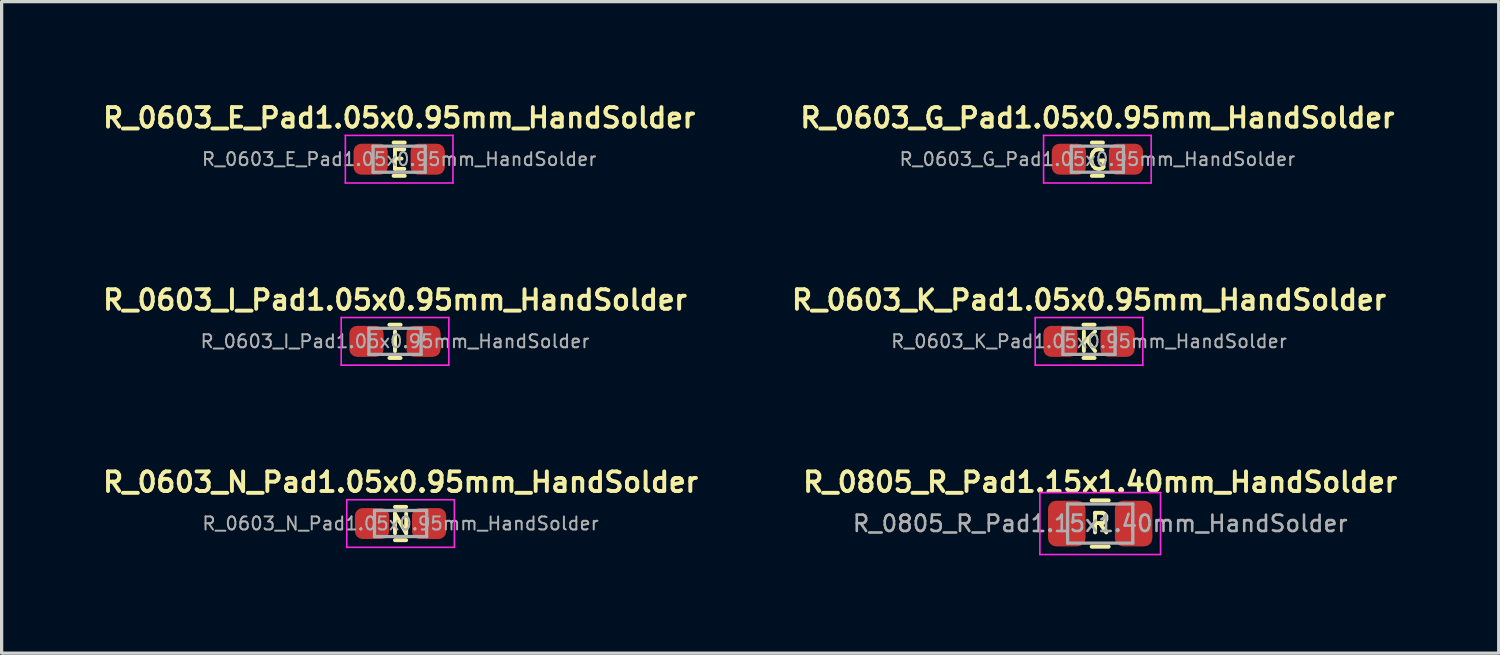
<source format=kicad_pcb>
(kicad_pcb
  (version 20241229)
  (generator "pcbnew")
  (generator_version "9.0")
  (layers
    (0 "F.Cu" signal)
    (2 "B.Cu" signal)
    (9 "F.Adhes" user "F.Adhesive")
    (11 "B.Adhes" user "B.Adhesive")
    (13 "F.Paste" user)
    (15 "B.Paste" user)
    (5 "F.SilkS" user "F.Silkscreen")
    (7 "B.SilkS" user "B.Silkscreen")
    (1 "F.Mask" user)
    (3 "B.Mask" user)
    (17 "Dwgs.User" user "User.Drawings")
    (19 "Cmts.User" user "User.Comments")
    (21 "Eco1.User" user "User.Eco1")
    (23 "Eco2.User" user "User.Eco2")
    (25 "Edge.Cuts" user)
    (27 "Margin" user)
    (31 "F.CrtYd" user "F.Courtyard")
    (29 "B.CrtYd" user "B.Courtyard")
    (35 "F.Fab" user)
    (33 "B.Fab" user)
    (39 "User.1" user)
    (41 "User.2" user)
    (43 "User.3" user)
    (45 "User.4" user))
  (footprint "R_0603_K_Pad1.05x0.95mm_HandSolder"
    (layer "F.Cu")
    (at 30.346 7.418)
    (property "Reference" "R_0603_K_Pad1.05x0.95mm_HandSolder" (at 0 -1.27 0) (layer "F.SilkS") (effects (font (size 0.6 0.6) (thickness 0.12))))
    (attr smd)
    (fp_line (start -0.171 -0.51) (end 0.171 -0.51) (stroke (width 0.12) (type solid)) (layer "F.SilkS"))
    (fp_line (start -0.171 0.51) (end 0.171 0.51) (stroke (width 0.12) (type solid)) (layer "F.SilkS"))
    (fp_line (start -1.65 -0.73) (end 1.65 -0.73) (stroke (width 0.05) (type solid)) (layer "F.CrtYd"))
    (fp_line (start -1.65 0.73) (end -1.65 -0.73) (stroke (width 0.05) (type solid)) (layer "F.CrtYd"))
    (fp_line (start 1.65 -0.73) (end 1.65 0.73) (stroke (width 0.05) (type solid)) (layer "F.CrtYd"))
    (fp_line (start 1.65 0.73) (end -1.65 0.73) (stroke (width 0.05) (type solid)) (layer "F.CrtYd"))
    (fp_line (start -0.8 -0.4) (end 0.8 -0.4) (stroke (width 0.1) (type solid)) (layer "F.Fab"))
    (fp_line (start -0.8 0.4) (end -0.8 -0.4) (stroke (width 0.1) (type solid)) (layer "F.Fab"))
    (fp_line (start 0.8 -0.4) (end 0.8 0.4) (stroke (width 0.1) (type solid)) (layer "F.Fab"))
    (fp_line (start 0.8 0.4) (end -0.8 0.4) (stroke (width 0.1) (type solid)) (layer "F.Fab"))
    (fp_text user "K" (at 0 0.025 0) (layer "F.SilkS") (effects (font (size 0.6 0.6) (thickness 0.12))))
    (fp_text user "${REFERENCE}" (at 0 0 0) (layer "F.Fab") (effects (font (size 0.4 0.4) (thickness 0.06))))
    (pad "1" smd roundrect (at -0.875 0) (size 1.05 0.95) (layers "F.Cu" "F.Mask" "F.Paste") (roundrect_rratio 0.25))
    (pad "2" smd roundrect (at 0.875 0) (size 1.05 0.95) (layers "F.Cu" "F.Mask" "F.Paste") (roundrect_rratio 0.25)))
  (footprint "R_0603_E_Pad1.05x0.95mm_HandSolder"
    (layer "F.Cu")
    (at 9.191 1.832)
    (property "Reference" "R_0603_E_Pad1.05x0.95mm_HandSolder" (at 0 -1.27 0) (layer "F.SilkS") (effects (font (size 0.6 0.6) (thickness 0.12))))
    (attr smd)
    (fp_line (start -0.171 -0.51) (end 0.171 -0.51) (stroke (width 0.12) (type solid)) (layer "F.SilkS"))
    (fp_line (start -0.171 0.51) (end 0.171 0.51) (stroke (width 0.12) (type solid)) (layer "F.SilkS"))
    (fp_line (start -1.65 -0.73) (end 1.65 -0.73) (stroke (width 0.05) (type solid)) (layer "F.CrtYd"))
    (fp_line (start -1.65 0.73) (end -1.65 -0.73) (stroke (width 0.05) (type solid)) (layer "F.CrtYd"))
    (fp_line (start 1.65 -0.73) (end 1.65 0.73) (stroke (width 0.05) (type solid)) (layer "F.CrtYd"))
    (fp_line (start 1.65 0.73) (end -1.65 0.73) (stroke (width 0.05) (type solid)) (layer "F.CrtYd"))
    (fp_line (start -0.8 -0.4) (end 0.8 -0.4) (stroke (width 0.1) (type solid)) (layer "F.Fab"))
    (fp_line (start -0.8 0.4) (end -0.8 -0.4) (stroke (width 0.1) (type solid)) (layer "F.Fab"))
    (fp_line (start 0.8 -0.4) (end 0.8 0.4) (stroke (width 0.1) (type solid)) (layer "F.Fab"))
    (fp_line (start 0.8 0.4) (end -0.8 0.4) (stroke (width 0.1) (type solid)) (layer "F.Fab"))
    (fp_text user "E" (at 0 0.025 0) (layer "F.SilkS") (effects (font (size 0.6 0.6) (thickness 0.12))))
    (fp_text user "${REFERENCE}" (at 0 0 0) (layer "F.Fab") (effects (font (size 0.4 0.4) (thickness 0.06))))
    (pad "1" smd roundrect (at -0.875 0) (size 1.05 0.95) (layers "F.Cu" "F.Mask" "F.Paste") (roundrect_rratio 0.25))
    (pad "2" smd roundrect (at 0.875 0) (size 1.05 0.95) (layers "F.Cu" "F.Mask" "F.Paste") (roundrect_rratio 0.25)))
  (footprint "R_0603_G_Pad1.05x0.95mm_HandSolder"
    (layer "F.Cu")
    (at 30.603 1.832)
    (property "Reference" "R_0603_G_Pad1.05x0.95mm_HandSolder" (at 0 -1.27 0) (layer "F.SilkS") (effects (font (size 0.6 0.6) (thickness 0.12))))
    (attr smd)
    (fp_line (start -0.171 -0.51) (end 0.171 -0.51) (stroke (width 0.12) (type solid)) (layer "F.SilkS"))
    (fp_line (start -0.171 0.51) (end 0.171 0.51) (stroke (width 0.12) (type solid)) (layer "F.SilkS"))
    (fp_line (start -1.65 -0.73) (end 1.65 -0.73) (stroke (width 0.05) (type solid)) (layer "F.CrtYd"))
    (fp_line (start -1.65 0.73) (end -1.65 -0.73) (stroke (width 0.05) (type solid)) (layer "F.CrtYd"))
    (fp_line (start 1.65 -0.73) (end 1.65 0.73) (stroke (width 0.05) (type solid)) (layer "F.CrtYd"))
    (fp_line (start 1.65 0.73) (end -1.65 0.73) (stroke (width 0.05) (type solid)) (layer "F.CrtYd"))
    (fp_line (start -0.8 -0.4) (end 0.8 -0.4) (stroke (width 0.1) (type solid)) (layer "F.Fab"))
    (fp_line (start -0.8 0.4) (end -0.8 -0.4) (stroke (width 0.1) (type solid)) (layer "F.Fab"))
    (fp_line (start 0.8 -0.4) (end 0.8 0.4) (stroke (width 0.1) (type solid)) (layer "F.Fab"))
    (fp_line (start 0.8 0.4) (end -0.8 0.4) (stroke (width 0.1) (type solid)) (layer "F.Fab"))
    (fp_text user "G" (at 0 0.025 0) (layer "F.SilkS") (effects (font (size 0.6 0.6) (thickness 0.12))))
    (fp_text user "${REFERENCE}" (at 0 0 0) (layer "F.Fab") (effects (font (size 0.4 0.4) (thickness 0.06))))
    (pad "1" smd roundrect (at -0.875 0) (size 1.05 0.95) (layers "F.Cu" "F.Mask" "F.Paste") (roundrect_rratio 0.25))
    (pad "2" smd roundrect (at 0.875 0) (size 1.05 0.95) (layers "F.Cu" "F.Mask" "F.Paste") (roundrect_rratio 0.25)))
  (footprint "R_0603_I_Pad1.05x0.95mm_HandSolder"
    (layer "F.Cu")
    (at 9.063 7.418)
    (property "Reference" "R_0603_I_Pad1.05x0.95mm_HandSolder" (at 0 -1.27 0) (layer "F.SilkS") (effects (font (size 0.6 0.6) (thickness 0.12))))
    (attr smd)
    (fp_line (start -0.171 -0.51) (end 0.171 -0.51) (stroke (width 0.12) (type solid)) (layer "F.SilkS"))
    (fp_line (start -0.171 0.51) (end 0.171 0.51) (stroke (width 0.12) (type solid)) (layer "F.SilkS"))
    (fp_line (start -1.65 -0.73) (end 1.65 -0.73) (stroke (width 0.05) (type solid)) (layer "F.CrtYd"))
    (fp_line (start -1.65 0.73) (end -1.65 -0.73) (stroke (width 0.05) (type solid)) (layer "F.CrtYd"))
    (fp_line (start 1.65 -0.73) (end 1.65 0.73) (stroke (width 0.05) (type solid)) (layer "F.CrtYd"))
    (fp_line (start 1.65 0.73) (end -1.65 0.73) (stroke (width 0.05) (type solid)) (layer "F.CrtYd"))
    (fp_line (start -0.8 -0.4) (end 0.8 -0.4) (stroke (width 0.1) (type solid)) (layer "F.Fab"))
    (fp_line (start -0.8 0.4) (end -0.8 -0.4) (stroke (width 0.1) (type solid)) (layer "F.Fab"))
    (fp_line (start 0.8 -0.4) (end 0.8 0.4) (stroke (width 0.1) (type solid)) (layer "F.Fab"))
    (fp_line (start 0.8 0.4) (end -0.8 0.4) (stroke (width 0.1) (type solid)) (layer "F.Fab"))
    (fp_text user "I" (at 0 0.025 0) (layer "F.SilkS") (effects (font (size 0.6 0.6) (thickness 0.12))))
    (fp_text user "${REFERENCE}" (at 0 0 0) (layer "F.Fab") (effects (font (size 0.4 0.4) (thickness 0.06))))
    (pad "1" smd roundrect (at -0.875 0) (size 1.05 0.95) (layers "F.Cu" "F.Mask" "F.Paste") (roundrect_rratio 0.25))
    (pad "2" smd roundrect (at 0.875 0) (size 1.05 0.95) (layers "F.Cu" "F.Mask" "F.Paste") (roundrect_rratio 0.25)))
  (footprint "R_0603_N_Pad1.05x0.95mm_HandSolder"
    (layer "F.Cu")
    (at 9.234 13.005)
    (property "Reference" "R_0603_N_Pad1.05x0.95mm_HandSolder" (at 0 -1.27 0) (layer "F.SilkS") (effects (font (size 0.6 0.6) (thickness 0.12))))
    (attr smd)
    (fp_line (start -0.171 -0.51) (end 0.171 -0.51) (stroke (width 0.12) (type solid)) (layer "F.SilkS"))
    (fp_line (start -0.171 0.51) (end 0.171 0.51) (stroke (width 0.12) (type solid)) (layer "F.SilkS"))
    (fp_line (start -1.65 -0.73) (end 1.65 -0.73) (stroke (width 0.05) (type solid)) (layer "F.CrtYd"))
    (fp_line (start -1.65 0.73) (end -1.65 -0.73) (stroke (width 0.05) (type solid)) (layer "F.CrtYd"))
    (fp_line (start 1.65 -0.73) (end 1.65 0.73) (stroke (width 0.05) (type solid)) (layer "F.CrtYd"))
    (fp_line (start 1.65 0.73) (end -1.65 0.73) (stroke (width 0.05) (type solid)) (layer "F.CrtYd"))
    (fp_line (start -0.8 -0.4) (end 0.8 -0.4) (stroke (width 0.1) (type solid)) (layer "F.Fab"))
    (fp_line (start -0.8 0.4) (end -0.8 -0.4) (stroke (width 0.1) (type solid)) (layer "F.Fab"))
    (fp_line (start 0.8 -0.4) (end 0.8 0.4) (stroke (width 0.1) (type solid)) (layer "F.Fab"))
    (fp_line (start 0.8 0.4) (end -0.8 0.4) (stroke (width 0.1) (type solid)) (layer "F.Fab"))
    (fp_text user "N" (at 0 0.025 0) (layer "F.SilkS") (effects (font (size 0.6 0.6) (thickness 0.12))))
    (fp_text user "${REFERENCE}" (at 0 0 0) (layer "F.Fab") (effects (font (size 0.4 0.4) (thickness 0.06))))
    (pad "1" smd roundrect (at -0.875 0) (size 1.05 0.95) (layers "F.Cu" "F.Mask" "F.Paste") (roundrect_rratio 0.25))
    (pad "2" smd roundrect (at 0.875 0) (size 1.05 0.95) (layers "F.Cu" "F.Mask" "F.Paste") (roundrect_rratio 0.25)))
  (footprint "R_0805_R_Pad1.15x1.40mm_HandSolder"
    (layer "F.Cu")
    (at 30.689 13.005)
    (property "Reference" "R_0805_R_Pad1.15x1.40mm_HandSolder" (at 0 -1.27 0) (layer "F.SilkS") (effects (font (size 0.6 0.6) (thickness 0.12))))
    (attr smd)
    (fp_line (start -0.261 -0.71) (end 0.261 -0.71) (stroke (width 0.12) (type solid)) (layer "F.SilkS"))
    (fp_line (start -0.261 0.71) (end 0.261 0.71) (stroke (width 0.12) (type solid)) (layer "F.SilkS"))
    (fp_line (start -1.85 -0.95) (end 1.85 -0.95) (stroke (width 0.05) (type solid)) (layer "F.CrtYd"))
    (fp_line (start -1.85 0.95) (end -1.85 -0.95) (stroke (width 0.05) (type solid)) (layer "F.CrtYd"))
    (fp_line (start 1.85 -0.95) (end 1.85 0.95) (stroke (width 0.05) (type solid)) (layer "F.CrtYd"))
    (fp_line (start 1.85 0.95) (end -1.85 0.95) (stroke (width 0.05) (type solid)) (layer "F.CrtYd"))
    (fp_line (start -1 -0.6) (end 1 -0.6) (stroke (width 0.1) (type solid)) (layer "F.Fab"))
    (fp_line (start -1 0.6) (end -1 -0.6) (stroke (width 0.1) (type solid)) (layer "F.Fab"))
    (fp_line (start 1 -0.6) (end 1 0.6) (stroke (width 0.1) (type solid)) (layer "F.Fab"))
    (fp_line (start 1 0.6) (end -1 0.6) (stroke (width 0.1) (type solid)) (layer "F.Fab"))
    (fp_text user "R" (at 0 0 0) (layer "F.SilkS") (effects (font (size 0.6 0.6) (thickness 0.12))))
    (fp_text user "${REFERENCE}" (at 0 0 0) (layer "F.Fab") (effects (font (size 0.5 0.5) (thickness 0.08))))
    (pad "1" smd roundrect (at -1.025 0) (size 1.15 1.4) (layers "F.Cu" "F.Mask" "F.Paste") (roundrect_rratio 0.217))
    (pad "2" smd roundrect (at 1.025 0) (size 1.15 1.4) (layers "F.Cu" "F.Mask" "F.Paste") (roundrect_rratio 0.217)))
  (gr_rect
    (start -3 -3)
    (end 42.909 16.98)
    (stroke (width 0.1) (type default))
    (fill no)
    (layer "Edge.Cuts")))
</source>
